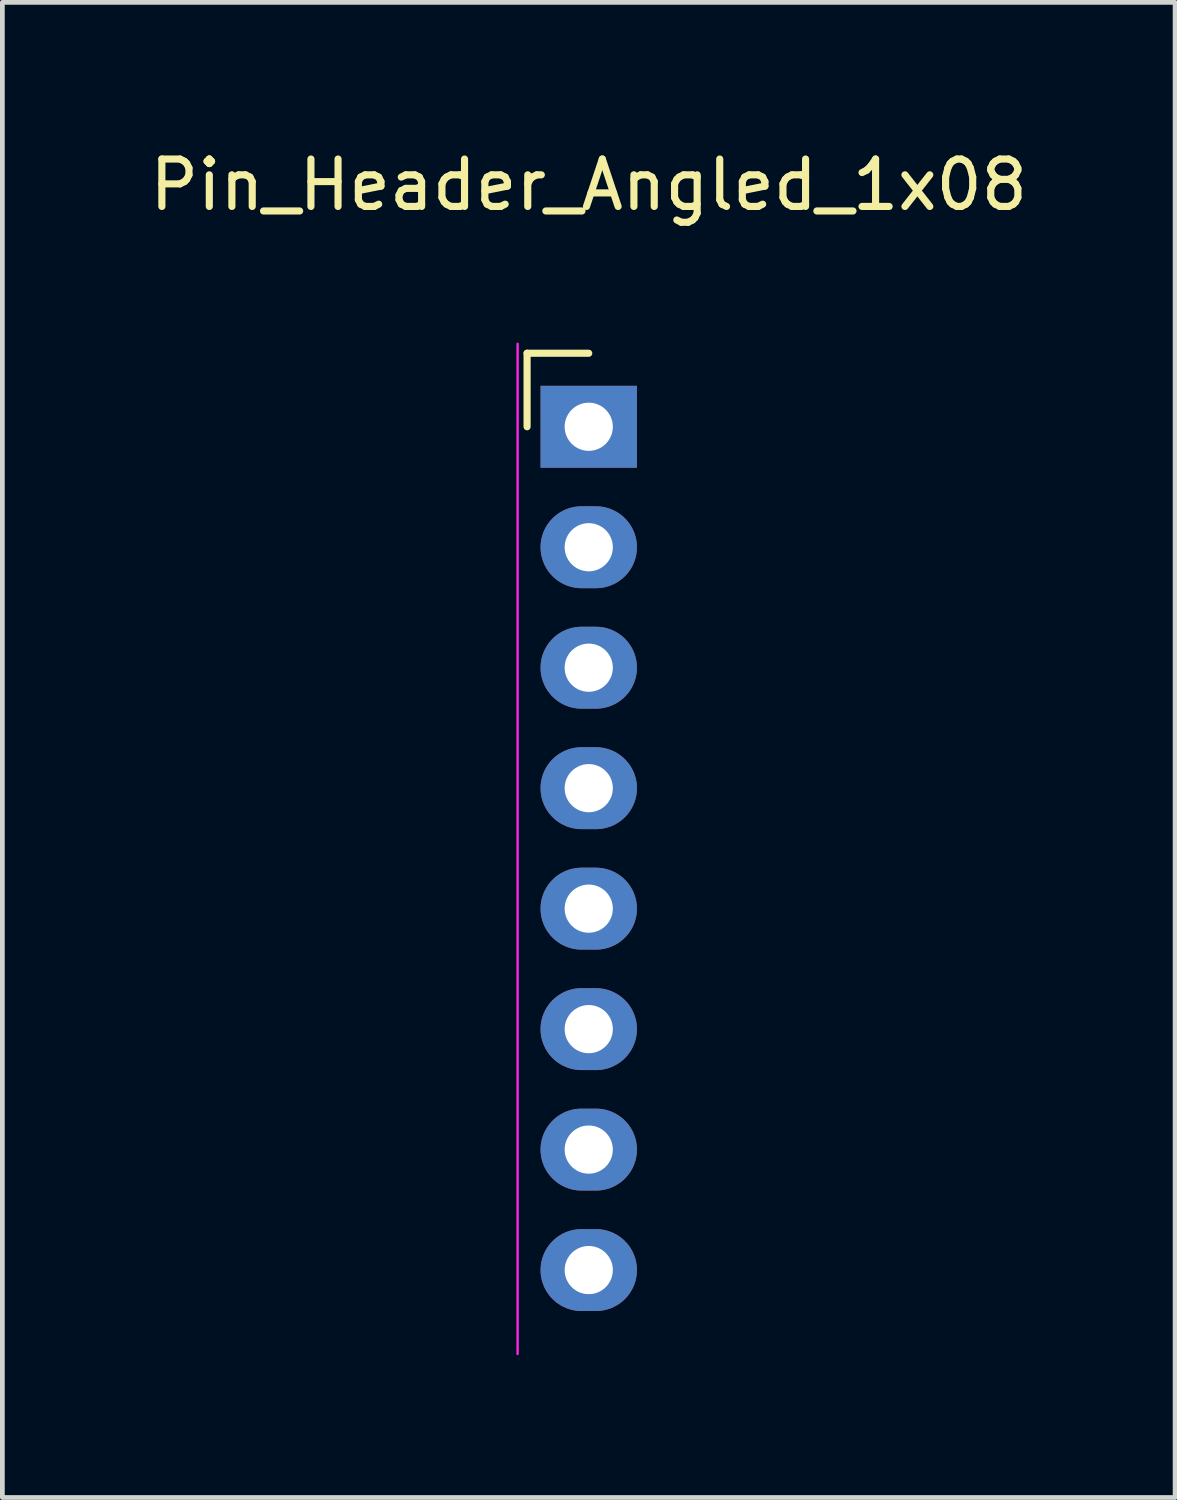
<source format=kicad_pcb>
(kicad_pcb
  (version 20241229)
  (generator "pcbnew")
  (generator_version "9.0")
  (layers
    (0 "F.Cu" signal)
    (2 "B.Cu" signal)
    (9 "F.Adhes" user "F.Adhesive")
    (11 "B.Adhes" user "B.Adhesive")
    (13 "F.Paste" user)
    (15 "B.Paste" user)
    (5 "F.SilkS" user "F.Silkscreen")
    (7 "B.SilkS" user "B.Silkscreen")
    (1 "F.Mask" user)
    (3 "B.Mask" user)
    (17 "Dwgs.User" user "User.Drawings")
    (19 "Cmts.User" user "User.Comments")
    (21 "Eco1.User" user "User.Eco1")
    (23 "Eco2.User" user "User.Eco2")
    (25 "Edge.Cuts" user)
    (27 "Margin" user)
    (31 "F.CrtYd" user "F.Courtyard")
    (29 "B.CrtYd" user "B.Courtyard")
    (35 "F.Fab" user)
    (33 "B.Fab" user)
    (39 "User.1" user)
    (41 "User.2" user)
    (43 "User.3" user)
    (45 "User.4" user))
  (footprint "Pin_Header_Angled_1x08"
    (layer "F.Cu")
    (at 9.363 5.948)
    (property "Reference" "Pin_Header_Angled_1x08" (at 0 -5.1 0) (layer "F.SilkS") (effects (font (size 1 1) (thickness 0.15))))
    (attr through_hole)
    (fp_line (start -1.3 -1.55) (end -1.3 0) (stroke (width 0.15) (type solid)) (layer "F.SilkS"))
    (fp_line (start 0 -1.55) (end -1.3 -1.55) (stroke (width 0.15) (type solid)) (layer "F.SilkS"))
    (fp_line (start -1.5 -1.75) (end -1.5 19.55) (stroke (width 0.05) (type solid)) (layer "F.CrtYd"))
    (pad "1" thru_hole rect (at 0 0) (size 2.032 1.727) (drill 1.016) (layers "*.Cu" "*.Mask"))
    (pad "2" thru_hole oval (at 0 2.54) (size 2.032 1.727) (drill 1.016) (layers "*.Cu" "*.Mask"))
    (pad "3" thru_hole oval (at 0 5.08) (size 2.032 1.727) (drill 1.016) (layers "*.Cu" "*.Mask"))
    (pad "4" thru_hole oval (at 0 7.62) (size 2.032 1.727) (drill 1.016) (layers "*.Cu" "*.Mask"))
    (pad "5" thru_hole oval (at 0 10.16) (size 2.032 1.727) (drill 1.016) (layers "*.Cu" "*.Mask"))
    (pad "6" thru_hole oval (at 0 12.7) (size 2.032 1.727) (drill 1.016) (layers "*.Cu" "*.Mask"))
    (pad "7" thru_hole oval (at 0 15.24) (size 2.032 1.727) (drill 1.016) (layers "*.Cu" "*.Mask"))
    (pad "8" thru_hole oval (at 0 17.78) (size 2.032 1.727) (drill 1.016) (layers "*.Cu" "*.Mask")))
  (gr_rect
    (start -3 -3)
    (end 21.726 28.523)
    (stroke (width 0.1) (type default))
    (fill no)
    (layer "Edge.Cuts")))
</source>
